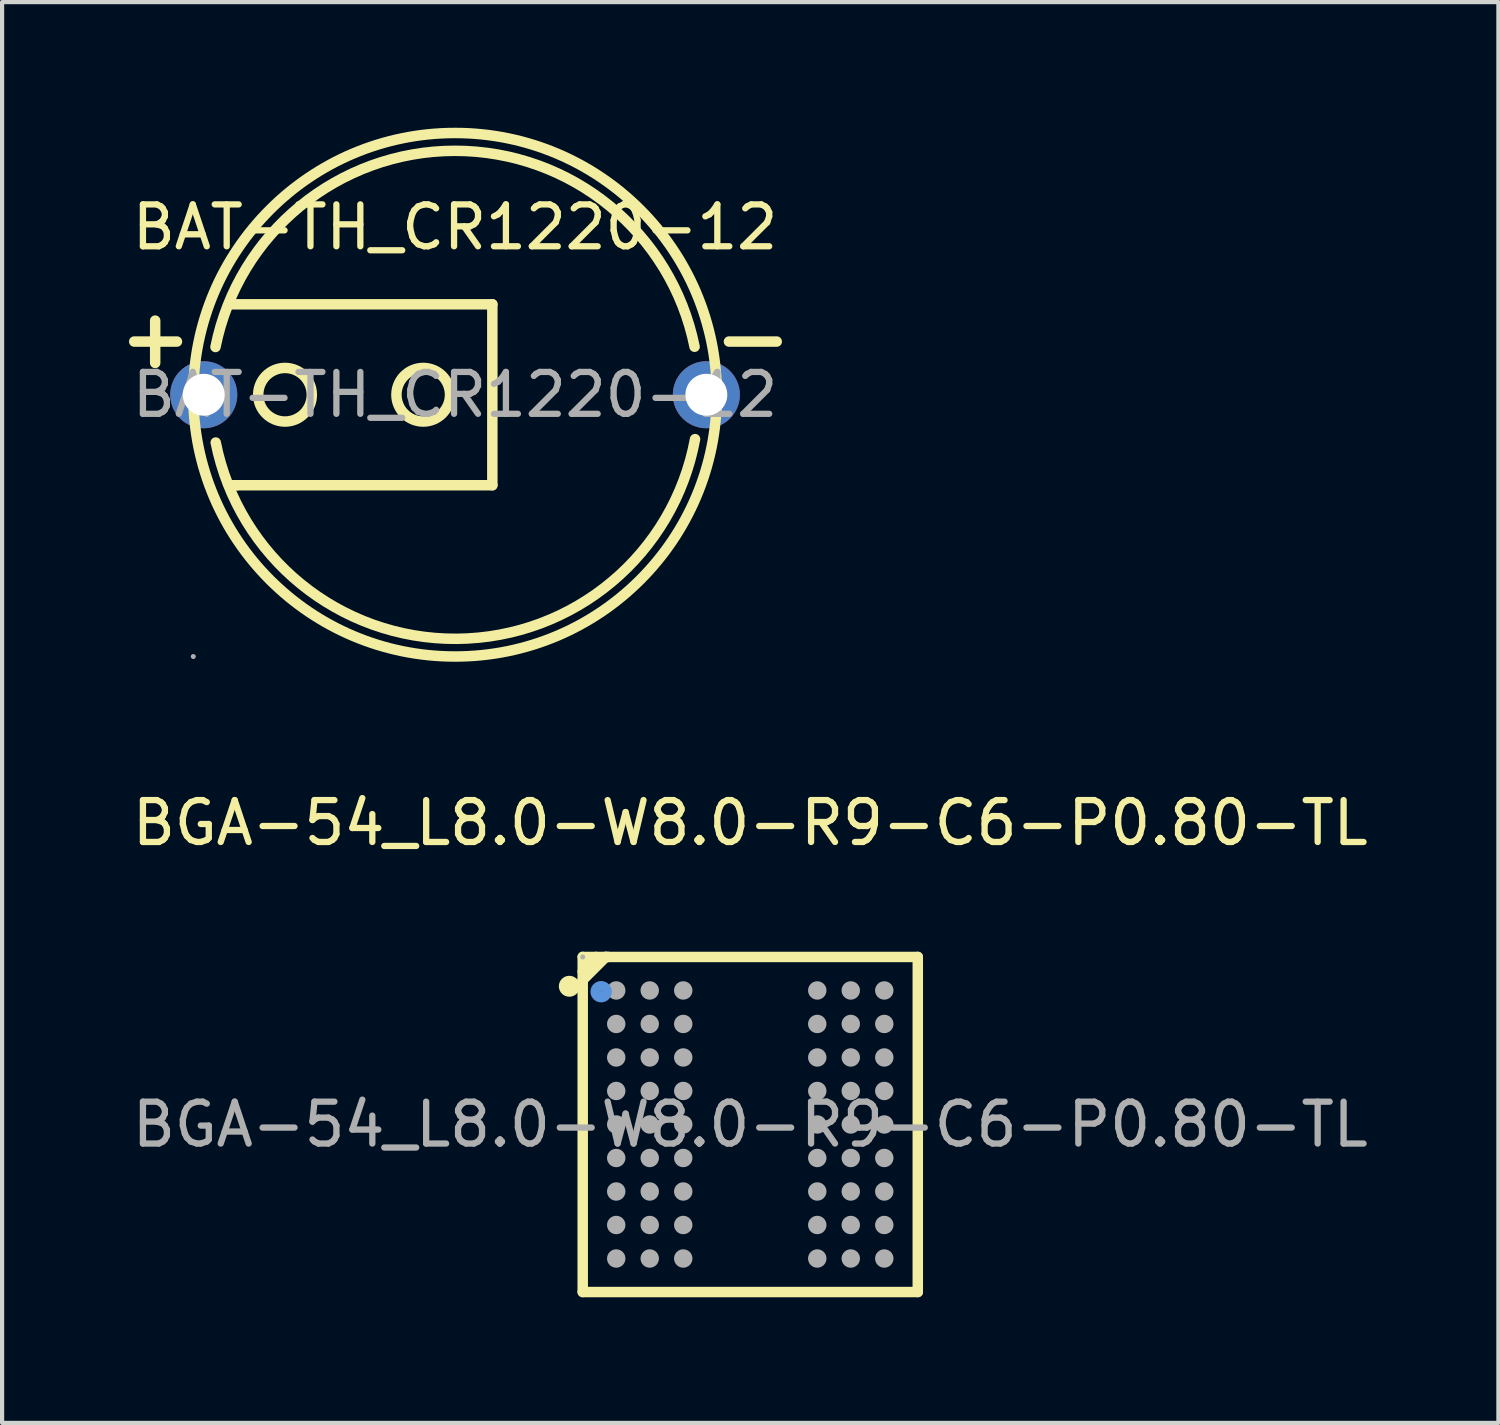
<source format=kicad_pcb>
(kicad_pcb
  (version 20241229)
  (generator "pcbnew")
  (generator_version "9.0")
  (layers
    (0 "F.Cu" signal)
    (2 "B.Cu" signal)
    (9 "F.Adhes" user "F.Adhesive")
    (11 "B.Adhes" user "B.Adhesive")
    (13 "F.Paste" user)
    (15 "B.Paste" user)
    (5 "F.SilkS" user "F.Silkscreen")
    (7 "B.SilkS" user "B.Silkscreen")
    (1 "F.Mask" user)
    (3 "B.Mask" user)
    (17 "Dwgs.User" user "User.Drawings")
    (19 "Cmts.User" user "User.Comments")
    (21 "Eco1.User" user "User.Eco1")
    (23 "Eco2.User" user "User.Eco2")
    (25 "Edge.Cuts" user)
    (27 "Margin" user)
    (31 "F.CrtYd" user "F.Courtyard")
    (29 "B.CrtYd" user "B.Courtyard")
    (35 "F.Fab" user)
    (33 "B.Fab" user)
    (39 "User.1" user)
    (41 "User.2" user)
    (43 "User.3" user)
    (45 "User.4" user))
  (footprint "BGA-54_L8.0-W8.0-R9-C6-P0.80-TL"
    (layer "F.Cu")
    (at 14.863 23.798)
    (property "Reference" "BGA-54_L8.0-W8.0-R9-C6-P0.80-TL" (at 0 -7.2 0) (layer "F.SilkS") (effects (font (size 1 1) (thickness 0.15))))
    (attr smd)
    (fp_line (start -4 -4) (end 4 -4) (stroke (width 0.25) (type solid)) (layer "F.SilkS"))
    (fp_line (start -4 4) (end -4 -4) (stroke (width 0.25) (type solid)) (layer "F.SilkS"))
    (fp_line (start -3.68 -4) (end -3.68 -3.98) (stroke (width 0.25) (type solid)) (layer "F.SilkS"))
    (fp_line (start -3.68 -3.98) (end -4 -3.65) (stroke (width 0.25) (type solid)) (layer "F.SilkS"))
    (fp_line (start -3.45 -4) (end -4 -3.45) (stroke (width 0.25) (type solid)) (layer "F.SilkS"))
    (fp_line (start -3.39 -4) (end -3.45 -4) (stroke (width 0.25) (type solid)) (layer "F.SilkS"))
    (fp_line (start 4 -4) (end 4 4) (stroke (width 0.25) (type solid)) (layer "F.SilkS"))
    (fp_line (start 4 4) (end -4 4) (stroke (width 0.25) (type solid)) (layer "F.SilkS"))
    (fp_arc (start -4.32 -3.3) (mid -4.32 -3.3) (end -4.32 -3.3) (stroke (width 0.25) (type solid)) (layer "F.SilkS"))
    (fp_circle (center -3.56 -3.17) (end -3.43 -3.17) (stroke (width 0.25) (type solid)) (fill no) (layer "Cmts.User"))
    (fp_circle (center -4 -4) (end -3.97 -4) (stroke (width 0.06) (type solid)) (fill no) (layer "F.Fab"))
    (fp_circle (center -3.2 -3.2) (end -3.09 -3.2) (stroke (width 0.22) (type solid)) (fill no) (layer "F.Fab"))
    (fp_circle (center -3.2 -2.4) (end -3.09 -2.4) (stroke (width 0.22) (type solid)) (fill no) (layer "F.Fab"))
    (fp_circle (center -3.2 -1.6) (end -3.09 -1.6) (stroke (width 0.22) (type solid)) (fill no) (layer "F.Fab"))
    (fp_circle (center -3.2 -0.8) (end -3.09 -0.8) (stroke (width 0.22) (type solid)) (fill no) (layer "F.Fab"))
    (fp_circle (center -3.2 0) (end -3.09 0) (stroke (width 0.22) (type solid)) (fill no) (layer "F.Fab"))
    (fp_circle (center -3.2 0.8) (end -3.09 0.8) (stroke (width 0.22) (type solid)) (fill no) (layer "F.Fab"))
    (fp_circle (center -3.2 1.6) (end -3.09 1.6) (stroke (width 0.22) (type solid)) (fill no) (layer "F.Fab"))
    (fp_circle (center -3.2 2.4) (end -3.09 2.4) (stroke (width 0.22) (type solid)) (fill no) (layer "F.Fab"))
    (fp_circle (center -3.2 3.2) (end -3.09 3.2) (stroke (width 0.22) (type solid)) (fill no) (layer "F.Fab"))
    (fp_circle (center -2.4 -3.2) (end -2.29 -3.2) (stroke (width 0.22) (type solid)) (fill no) (layer "F.Fab"))
    (fp_circle (center -2.4 -2.4) (end -2.29 -2.4) (stroke (width 0.22) (type solid)) (fill no) (layer "F.Fab"))
    (fp_circle (center -2.4 -1.6) (end -2.29 -1.6) (stroke (width 0.22) (type solid)) (fill no) (layer "F.Fab"))
    (fp_circle (center -2.4 -0.8) (end -2.29 -0.8) (stroke (width 0.22) (type solid)) (fill no) (layer "F.Fab"))
    (fp_circle (center -2.4 0) (end -2.29 0) (stroke (width 0.22) (type solid)) (fill no) (layer "F.Fab"))
    (fp_circle (center -2.4 0.8) (end -2.29 0.8) (stroke (width 0.22) (type solid)) (fill no) (layer "F.Fab"))
    (fp_circle (center -2.4 1.6) (end -2.29 1.6) (stroke (width 0.22) (type solid)) (fill no) (layer "F.Fab"))
    (fp_circle (center -2.4 2.4) (end -2.29 2.4) (stroke (width 0.22) (type solid)) (fill no) (layer "F.Fab"))
    (fp_circle (center -2.4 3.2) (end -2.29 3.2) (stroke (width 0.22) (type solid)) (fill no) (layer "F.Fab"))
    (fp_circle (center -1.6 -3.2) (end -1.49 -3.2) (stroke (width 0.22) (type solid)) (fill no) (layer "F.Fab"))
    (fp_circle (center -1.6 -2.4) (end -1.49 -2.4) (stroke (width 0.22) (type solid)) (fill no) (layer "F.Fab"))
    (fp_circle (center -1.6 -1.6) (end -1.49 -1.6) (stroke (width 0.22) (type solid)) (fill no) (layer "F.Fab"))
    (fp_circle (center -1.6 -0.8) (end -1.49 -0.8) (stroke (width 0.22) (type solid)) (fill no) (layer "F.Fab"))
    (fp_circle (center -1.6 0) (end -1.49 0) (stroke (width 0.22) (type solid)) (fill no) (layer "F.Fab"))
    (fp_circle (center -1.6 0.8) (end -1.49 0.8) (stroke (width 0.22) (type solid)) (fill no) (layer "F.Fab"))
    (fp_circle (center -1.6 1.6) (end -1.49 1.6) (stroke (width 0.22) (type solid)) (fill no) (layer "F.Fab"))
    (fp_circle (center -1.6 2.4) (end -1.49 2.4) (stroke (width 0.22) (type solid)) (fill no) (layer "F.Fab"))
    (fp_circle (center -1.6 3.2) (end -1.49 3.2) (stroke (width 0.22) (type solid)) (fill no) (layer "F.Fab"))
    (fp_circle (center 1.6 -3.2) (end 1.71 -3.2) (stroke (width 0.22) (type solid)) (fill no) (layer "F.Fab"))
    (fp_circle (center 1.6 -2.4) (end 1.71 -2.4) (stroke (width 0.22) (type solid)) (fill no) (layer "F.Fab"))
    (fp_circle (center 1.6 -1.6) (end 1.71 -1.6) (stroke (width 0.22) (type solid)) (fill no) (layer "F.Fab"))
    (fp_circle (center 1.6 -0.8) (end 1.71 -0.8) (stroke (width 0.22) (type solid)) (fill no) (layer "F.Fab"))
    (fp_circle (center 1.6 0) (end 1.71 0) (stroke (width 0.22) (type solid)) (fill no) (layer "F.Fab"))
    (fp_circle (center 1.6 0.8) (end 1.71 0.8) (stroke (width 0.22) (type solid)) (fill no) (layer "F.Fab"))
    (fp_circle (center 1.6 1.6) (end 1.71 1.6) (stroke (width 0.22) (type solid)) (fill no) (layer "F.Fab"))
    (fp_circle (center 1.6 2.4) (end 1.71 2.4) (stroke (width 0.22) (type solid)) (fill no) (layer "F.Fab"))
    (fp_circle (center 1.6 3.2) (end 1.71 3.2) (stroke (width 0.22) (type solid)) (fill no) (layer "F.Fab"))
    (fp_circle (center 2.4 -3.2) (end 2.51 -3.2) (stroke (width 0.22) (type solid)) (fill no) (layer "F.Fab"))
    (fp_circle (center 2.4 -2.4) (end 2.51 -2.4) (stroke (width 0.22) (type solid)) (fill no) (layer "F.Fab"))
    (fp_circle (center 2.4 -1.6) (end 2.51 -1.6) (stroke (width 0.22) (type solid)) (fill no) (layer "F.Fab"))
    (fp_circle (center 2.4 -0.8) (end 2.51 -0.8) (stroke (width 0.22) (type solid)) (fill no) (layer "F.Fab"))
    (fp_circle (center 2.4 0) (end 2.51 0) (stroke (width 0.22) (type solid)) (fill no) (layer "F.Fab"))
    (fp_circle (center 2.4 0.8) (end 2.51 0.8) (stroke (width 0.22) (type solid)) (fill no) (layer "F.Fab"))
    (fp_circle (center 2.4 1.6) (end 2.51 1.6) (stroke (width 0.22) (type solid)) (fill no) (layer "F.Fab"))
    (fp_circle (center 2.4 2.4) (end 2.51 2.4) (stroke (width 0.22) (type solid)) (fill no) (layer "F.Fab"))
    (fp_circle (center 2.4 3.2) (end 2.51 3.2) (stroke (width 0.22) (type solid)) (fill no) (layer "F.Fab"))
    (fp_circle (center 3.2 -3.2) (end 3.31 -3.2) (stroke (width 0.22) (type solid)) (fill no) (layer "F.Fab"))
    (fp_circle (center 3.2 -2.4) (end 3.31 -2.4) (stroke (width 0.22) (type solid)) (fill no) (layer "F.Fab"))
    (fp_circle (center 3.2 -1.6) (end 3.31 -1.6) (stroke (width 0.22) (type solid)) (fill no) (layer "F.Fab"))
    (fp_circle (center 3.2 -0.8) (end 3.31 -0.8) (stroke (width 0.22) (type solid)) (fill no) (layer "F.Fab"))
    (fp_circle (center 3.2 0) (end 3.31 0) (stroke (width 0.22) (type solid)) (fill no) (layer "F.Fab"))
    (fp_circle (center 3.2 0.8) (end 3.31 0.8) (stroke (width 0.22) (type solid)) (fill no) (layer "F.Fab"))
    (fp_circle (center 3.2 1.6) (end 3.31 1.6) (stroke (width 0.22) (type solid)) (fill no) (layer "F.Fab"))
    (fp_circle (center 3.2 2.4) (end 3.31 2.4) (stroke (width 0.22) (type solid)) (fill no) (layer "F.Fab"))
    (fp_circle (center 3.2 3.2) (end 3.31 3.2) (stroke (width 0.22) (type solid)) (fill no) (layer "F.Fab"))
    (fp_text user "${REFERENCE}" (at 0 0 0) (layer "F.Fab") (effects (font (size 1 1) (thickness 0.15))))
    (pad "A1" smd circle (at -3.2 -3.2) (size 0.36 0.36) (layers "F.Cu" "F.Mask" "F.Paste"))
    (pad "A2" smd circle (at -2.4 -3.2) (size 0.36 0.36) (layers "F.Cu" "F.Mask" "F.Paste"))
    (pad "A3" smd circle (at -1.6 -3.2) (size 0.36 0.36) (layers "F.Cu" "F.Mask" "F.Paste"))
    (pad "A7" smd circle (at 1.6 -3.2) (size 0.36 0.36) (layers "F.Cu" "F.Mask" "F.Paste"))
    (pad "A8" smd circle (at 2.4 -3.2) (size 0.36 0.36) (layers "F.Cu" "F.Mask" "F.Paste"))
    (pad "A9" smd circle (at 3.2 -3.2) (size 0.36 0.36) (layers "F.Cu" "F.Mask" "F.Paste"))
    (pad "B1" smd circle (at -3.2 -2.4) (size 0.36 0.36) (layers "F.Cu" "F.Mask" "F.Paste"))
    (pad "B2" smd circle (at -2.4 -2.4) (size 0.36 0.36) (layers "F.Cu" "F.Mask" "F.Paste"))
    (pad "B3" smd circle (at -1.6 -2.4) (size 0.36 0.36) (layers "F.Cu" "F.Mask" "F.Paste"))
    (pad "B7" smd circle (at 1.6 -2.4) (size 0.36 0.36) (layers "F.Cu" "F.Mask" "F.Paste"))
    (pad "B8" smd circle (at 2.4 -2.4) (size 0.36 0.36) (layers "F.Cu" "F.Mask" "F.Paste"))
    (pad "B9" smd circle (at 3.2 -2.4) (size 0.36 0.36) (layers "F.Cu" "F.Mask" "F.Paste"))
    (pad "C1" smd circle (at -3.2 -1.6) (size 0.36 0.36) (layers "F.Cu" "F.Mask" "F.Paste"))
    (pad "C2" smd circle (at -2.4 -1.6) (size 0.36 0.36) (layers "F.Cu" "F.Mask" "F.Paste"))
    (pad "C3" smd circle (at -1.6 -1.6) (size 0.36 0.36) (layers "F.Cu" "F.Mask" "F.Paste"))
    (pad "C7" smd circle (at 1.6 -1.6) (size 0.36 0.36) (layers "F.Cu" "F.Mask" "F.Paste"))
    (pad "C8" smd circle (at 2.4 -1.6) (size 0.36 0.36) (layers "F.Cu" "F.Mask" "F.Paste"))
    (pad "C9" smd circle (at 3.2 -1.6) (size 0.36 0.36) (layers "F.Cu" "F.Mask" "F.Paste"))
    (pad "D1" smd circle (at -3.2 -0.8) (size 0.36 0.36) (layers "F.Cu" "F.Mask" "F.Paste"))
    (pad "D2" smd circle (at -2.4 -0.8) (size 0.36 0.36) (layers "F.Cu" "F.Mask" "F.Paste"))
    (pad "D3" smd circle (at -1.6 -0.8) (size 0.36 0.36) (layers "F.Cu" "F.Mask" "F.Paste"))
    (pad "D7" smd circle (at 1.6 -0.8) (size 0.36 0.36) (layers "F.Cu" "F.Mask" "F.Paste"))
    (pad "D8" smd circle (at 2.4 -0.8) (size 0.36 0.36) (layers "F.Cu" "F.Mask" "F.Paste"))
    (pad "D9" smd circle (at 3.2 -0.8) (size 0.36 0.36) (layers "F.Cu" "F.Mask" "F.Paste"))
    (pad "E1" smd circle (at -3.2 0) (size 0.36 0.36) (layers "F.Cu" "F.Mask" "F.Paste"))
    (pad "E2" smd circle (at -2.4 0) (size 0.36 0.36) (layers "F.Cu" "F.Mask" "F.Paste"))
    (pad "E3" smd circle (at -1.6 0) (size 0.36 0.36) (layers "F.Cu" "F.Mask" "F.Paste"))
    (pad "E7" smd circle (at 1.6 0) (size 0.36 0.36) (layers "F.Cu" "F.Mask" "F.Paste"))
    (pad "E8" smd circle (at 2.4 0) (size 0.36 0.36) (layers "F.Cu" "F.Mask" "F.Paste"))
    (pad "E9" smd circle (at 3.2 0) (size 0.36 0.36) (layers "F.Cu" "F.Mask" "F.Paste"))
    (pad "F1" smd circle (at -3.2 0.8) (size 0.36 0.36) (layers "F.Cu" "F.Mask" "F.Paste"))
    (pad "F2" smd circle (at -2.4 0.8) (size 0.36 0.36) (layers "F.Cu" "F.Mask" "F.Paste"))
    (pad "F3" smd circle (at -1.6 0.8) (size 0.36 0.36) (layers "F.Cu" "F.Mask" "F.Paste"))
    (pad "F7" smd circle (at 1.6 0.8) (size 0.36 0.36) (layers "F.Cu" "F.Mask" "F.Paste"))
    (pad "F8" smd circle (at 2.4 0.8) (size 0.36 0.36) (layers "F.Cu" "F.Mask" "F.Paste"))
    (pad "F9" smd circle (at 3.2 0.8) (size 0.36 0.36) (layers "F.Cu" "F.Mask" "F.Paste"))
    (pad "G1" smd circle (at -3.2 1.6) (size 0.36 0.36) (layers "F.Cu" "F.Mask" "F.Paste"))
    (pad "G2" smd circle (at -2.4 1.6) (size 0.36 0.36) (layers "F.Cu" "F.Mask" "F.Paste"))
    (pad "G3" smd circle (at -1.6 1.6) (size 0.36 0.36) (layers "F.Cu" "F.Mask" "F.Paste"))
    (pad "G7" smd circle (at 1.6 1.6) (size 0.36 0.36) (layers "F.Cu" "F.Mask" "F.Paste"))
    (pad "G8" smd circle (at 2.4 1.6) (size 0.36 0.36) (layers "F.Cu" "F.Mask" "F.Paste"))
    (pad "G9" smd circle (at 3.2 1.6) (size 0.36 0.36) (layers "F.Cu" "F.Mask" "F.Paste"))
    (pad "H1" smd circle (at -3.2 2.4) (size 0.36 0.36) (layers "F.Cu" "F.Mask" "F.Paste"))
    (pad "H2" smd circle (at -2.4 2.4) (size 0.36 0.36) (layers "F.Cu" "F.Mask" "F.Paste"))
    (pad "H3" smd circle (at -1.6 2.4) (size 0.36 0.36) (layers "F.Cu" "F.Mask" "F.Paste"))
    (pad "H7" smd circle (at 1.6 2.4) (size 0.36 0.36) (layers "F.Cu" "F.Mask" "F.Paste"))
    (pad "H8" smd circle (at 2.4 2.4) (size 0.36 0.36) (layers "F.Cu" "F.Mask" "F.Paste"))
    (pad "H9" smd circle (at 3.2 2.4) (size 0.36 0.36) (layers "F.Cu" "F.Mask" "F.Paste"))
    (pad "J1" smd circle (at -3.2 3.2) (size 0.36 0.36) (layers "F.Cu" "F.Mask" "F.Paste"))
    (pad "J2" smd circle (at -2.4 3.2) (size 0.36 0.36) (layers "F.Cu" "F.Mask" "F.Paste"))
    (pad "J3" smd circle (at -1.6 3.2) (size 0.36 0.36) (layers "F.Cu" "F.Mask" "F.Paste"))
    (pad "J7" smd circle (at 1.6 3.2) (size 0.36 0.36) (layers "F.Cu" "F.Mask" "F.Paste"))
    (pad "J8" smd circle (at 2.4 3.2) (size 0.36 0.36) (layers "F.Cu" "F.Mask" "F.Paste"))
    (pad "J9" smd circle (at 3.2 3.2) (size 0.36 0.36) (layers "F.Cu" "F.Mask" "F.Paste")))
  (footprint "BAT-TH_CR1220-12"
    (layer "F.Cu")
    (at 7.815 6.375)
    (property "Reference" "BAT-TH_CR1220-12" (at 0 -4 0) (layer "F.SilkS") (effects (font (size 1 1) (thickness 0.15))))
    (attr through_hole)
    (fp_line (start -7.66 -1.27) (end -6.64 -1.27) (stroke (width 0.25) (type solid)) (layer "F.SilkS"))
    (fp_line (start -7.16 -0.76) (end -7.16 -1.77) (stroke (width 0.25) (type solid)) (layer "F.SilkS"))
    (fp_line (start -5.33 -2.16) (end 0.89 -2.16) (stroke (width 0.25) (type solid)) (layer "F.SilkS"))
    (fp_line (start -5.21 2.16) (end -5.33 2.16) (stroke (width 0.25) (type solid)) (layer "F.SilkS"))
    (fp_line (start 0.89 -2.16) (end 0.89 2.16) (stroke (width 0.25) (type solid)) (layer "F.SilkS"))
    (fp_line (start 0.89 2.16) (end -5.21 2.16) (stroke (width 0.25) (type solid)) (layer "F.SilkS"))
    (fp_line (start 6.54 -1.27) (end 7.68 -1.27) (stroke (width 0.25) (type solid)) (layer "F.SilkS"))
    (fp_arc (start -5.72 -1.14) (mid -0.003288 -5.824457) (end 5.7187 -1.146447) (stroke (width 0.25) (type solid)) (layer "F.SilkS"))
    (fp_arc (start 5.73 1.06) (mid 0.041115 5.827076) (end -5.714472 1.140751) (stroke (width 0.25) (type solid)) (layer "F.SilkS"))
    (fp_circle (center -4.06 0) (end -3.42 0) (stroke (width 0.25) (type solid)) (fill no) (layer "F.SilkS"))
    (fp_circle (center -0.76 0) (end -0.12 0) (stroke (width 0.25) (type solid)) (fill no) (layer "F.SilkS"))
    (fp_circle (center 0 0) (end 6.25 0) (stroke (width 0.25) (type solid)) (fill no) (layer "F.SilkS"))
    (fp_circle (center -6.25 6.25) (end -6.22 6.25) (stroke (width 0.06) (type solid)) (fill no) (layer "F.Fab"))
    (fp_text user "${REFERENCE}" (at 0 0 0) (layer "F.Fab") (effects (font (size 1 1) (thickness 0.15))))
    (pad "1" thru_hole circle (at -6 0) (size 1.6 1.6) (drill 1) (layers "*.Cu" "*.Mask"))
    (pad "2" thru_hole circle (at 6 0) (size 1.6 1.6) (drill 1) (layers "*.Cu" "*.Mask")))
  (gr_rect
    (start -3 -3)
    (end 32.726 30.923)
    (stroke (width 0.1) (type default))
    (fill no)
    (layer "Edge.Cuts")))
</source>
